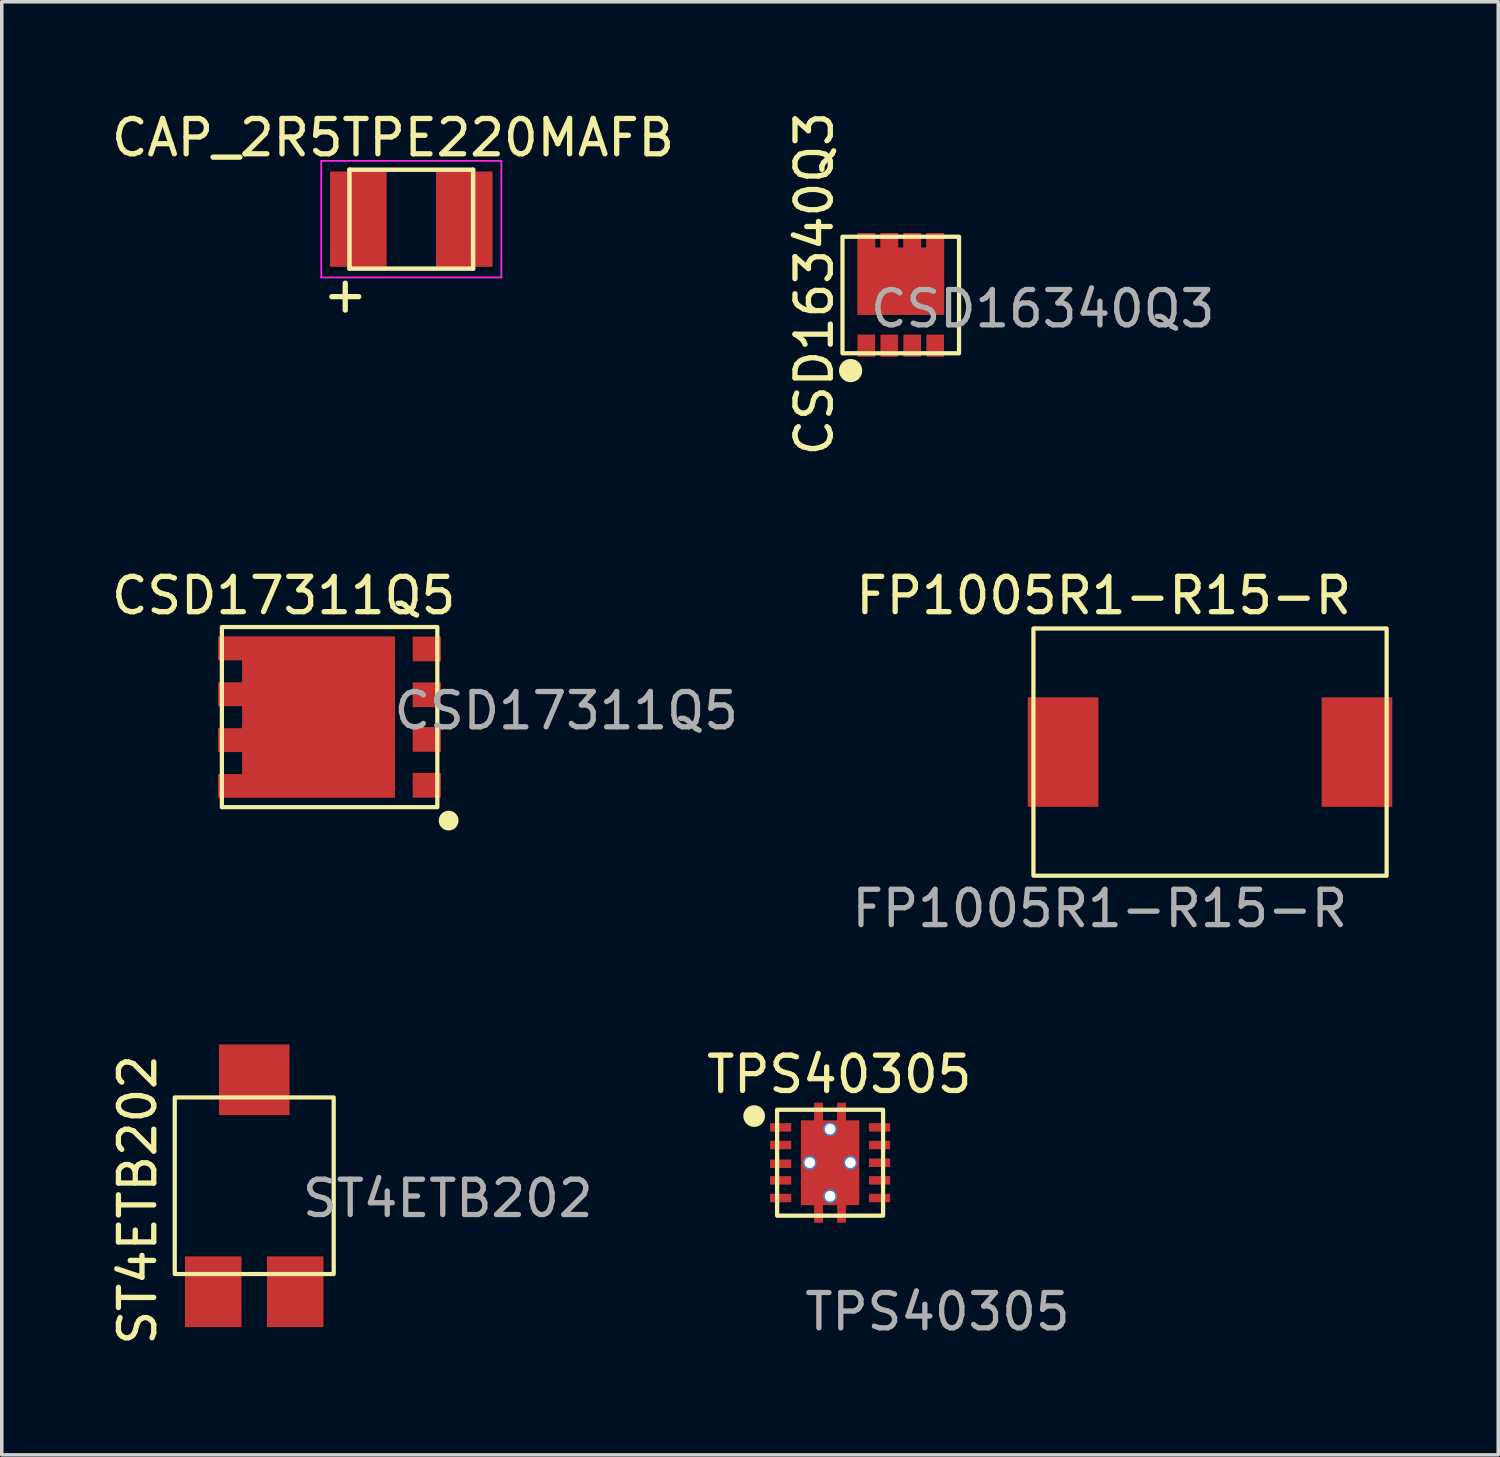
<source format=kicad_pcb>
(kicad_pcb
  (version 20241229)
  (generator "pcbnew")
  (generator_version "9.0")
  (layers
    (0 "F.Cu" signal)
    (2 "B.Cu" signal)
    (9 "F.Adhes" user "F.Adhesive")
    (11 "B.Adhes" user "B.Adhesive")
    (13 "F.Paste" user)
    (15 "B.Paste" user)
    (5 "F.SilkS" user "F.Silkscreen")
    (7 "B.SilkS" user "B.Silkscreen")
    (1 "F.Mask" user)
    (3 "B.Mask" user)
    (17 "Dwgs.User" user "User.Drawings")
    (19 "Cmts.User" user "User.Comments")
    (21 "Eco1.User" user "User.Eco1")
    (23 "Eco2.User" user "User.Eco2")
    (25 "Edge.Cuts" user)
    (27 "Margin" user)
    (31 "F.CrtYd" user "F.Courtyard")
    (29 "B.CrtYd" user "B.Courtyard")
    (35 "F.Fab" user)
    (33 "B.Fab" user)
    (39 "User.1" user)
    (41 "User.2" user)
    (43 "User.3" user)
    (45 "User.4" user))
  (footprint "ST4ETB202"
    (layer "F.Cu")
    (at 4.148 30.521)
    (property "Reference" "ST4ETB202" (at -3.3 0.4 90) (unlocked yes) (layer "F.SilkS") (effects (font (size 1 1) (thickness 0.15))))
    (attr smd)
    (fp_rect (start -2.25 -2.5) (end 2.25 2.5) (stroke (width 0.12) (type solid)) (fill no) (layer "F.SilkS"))
    (fp_text user "${REFERENCE}" (at 5.48 0.36 0) (unlocked yes) (layer "F.Fab") (effects (font (size 1 1) (thickness 0.15))))
    (pad "1" smd rect (at 1.16 3 90) (size 2 1.6) (layers "F.Cu" "F.Mask" "F.Paste"))
    (pad "2" smd rect (at 0 -3) (size 2 2) (layers "F.Cu" "F.Mask" "F.Paste"))
    (pad "3" smd rect (at -1.16 3 90) (size 2 1.6) (layers "F.Cu" "F.Mask" "F.Paste")))
  (footprint "TPS40305"
    (layer "F.Cu")
    (at 20.452 29.869)
    (property "Reference" "TPS40305" (at 0.26 -2.5 0) (unlocked yes) (layer "F.SilkS") (effects (font (size 1 1) (thickness 0.15))))
    (attr smd)
    (fp_rect (start -1.5 -1.5) (end 1.5 1.5) (stroke (width 0.12) (type solid)) (fill no) (layer "F.SilkS"))
    (fp_circle (center -2.15 -1.32) (end -1.903 -1.32) (stroke (width 0.12) (type solid)) (fill yes) (layer "F.SilkS"))
    (fp_poly (pts (xy -0.2 -1.33) (xy -0.45 -1.33) (xy -0.45 -1.7) (xy -0.2 -1.7)) (stroke (width 0.001) (type solid)) (fill yes) (layer "F.Paste"))
    (fp_poly (pts (xy -0.2 1.7) (xy -0.45 1.7) (xy -0.45 1.33) (xy -0.2 1.33)) (stroke (width 0.001) (type solid)) (fill yes) (layer "F.Paste"))
    (fp_poly (pts (xy 0.45 -1.33) (xy 0.2 -1.33) (xy 0.2 -1.7) (xy 0.45 -1.7)) (stroke (width 0.001) (type solid)) (fill yes) (layer "F.Paste"))
    (fp_poly (pts (xy 0.45 1.7) (xy 0.2 1.7) (xy 0.2 1.33) (xy 0.45 1.33)) (stroke (width 0.001) (type solid)) (fill yes) (layer "F.Paste"))
    (fp_poly (pts (xy 0.71 -0.1) (xy -0.74 -0.1) (xy -0.74 -1.11) (xy 0.71 -1.11)) (stroke (width 0.001) (type solid)) (fill yes) (layer "F.Paste"))
    (fp_poly (pts (xy 0.71 1.12) (xy -0.74 1.12) (xy -0.74 0.11) (xy 0.71 0.11)) (stroke (width 0.001) (type solid)) (fill yes) (layer "F.Paste"))
    (fp_text user "${REFERENCE}" (at 3.04 4.22 0) (unlocked yes) (layer "F.Fab") (effects (font (size 1 1) (thickness 0.15))))
    (pad "1" smd roundrect (at -1.4 -1) (size 0.6 0.24) (layers "F.Cu" "F.Mask" "F.Paste") (roundrect_rratio 0.033))
    (pad "2" smd roundrect (at -1.4 -0.5) (size 0.6 0.24) (layers "F.Cu" "F.Mask" "F.Paste") (roundrect_rratio 0.033))
    (pad "3" smd roundrect (at -1.4 0.03) (size 0.6 0.24) (layers "F.Cu" "F.Mask" "F.Paste") (roundrect_rratio 0.033))
    (pad "4" smd roundrect (at -1.4 0.5) (size 0.6 0.24) (layers "F.Cu" "F.Mask" "F.Paste") (roundrect_rratio 0.033))
    (pad "5" smd roundrect (at -1.4 1) (size 0.6 0.24) (layers "F.Cu" "F.Mask" "F.Paste") (roundrect_rratio 0.033))
    (pad "6" smd roundrect (at 1.4 1) (size 0.6 0.24) (layers "F.Cu" "F.Mask" "F.Paste") (roundrect_rratio 0.033))
    (pad "7" smd roundrect (at 1.4 0.5) (size 0.6 0.24) (layers "F.Cu" "F.Mask" "F.Paste") (roundrect_rratio 0.033))
    (pad "8" smd roundrect (at 1.4 0) (size 0.6 0.24) (layers "F.Cu" "F.Mask" "F.Paste") (roundrect_rratio 0.033))
    (pad "9" smd roundrect (at 1.4 -0.5) (size 0.6 0.24) (layers "F.Cu" "F.Mask" "F.Paste") (roundrect_rratio 0.033))
    (pad "10" smd roundrect (at 1.4 -1) (size 0.6 0.24) (layers "F.Cu" "F.Mask" "F.Paste") (roundrect_rratio 0.033))
    (pad "11" thru_hole circle (at -0.575 0) (size 0.4 0.4) (drill 0.3) (layers "*.Cu" "*.Mask"))
    (pad "11" thru_hole circle (at 0 -0.95) (size 0.4 0.4) (drill 0.3) (layers "*.Cu" "*.Mask"))
    (pad "11" smd custom (at 0 0) (size 0.6 0.24) (layers "F.Cu" "F.Mask") (options (anchor rect)) (primitives (gr_poly (pts (xy -0.825 0) (xy -0.825 -1.2) (xy -0.45 -1.2) (xy -0.45 -1.7) (xy -0.2 -1.7) (xy -0.2 -1.2) (xy 0.2 -1.2) (xy 0.2 -1.7) (xy 0.45 -1.7) (xy 0.45 -1.2) (xy 0.825 -1.2) (xy 0.825 1.2) (xy 0.45 1.2) (xy 0.45 1.7) (xy 0.2 1.7) (xy 0.2 1.2) (xy -0.2 1.2) (xy -0.2 1.7) (xy -0.45 1.7) (xy -0.45 1.2) (xy -0.825 1.2)) (width 0.001) (fill yes))))
    (pad "11" thru_hole circle (at 0 0.95) (size 0.4 0.4) (drill 0.3) (layers "*.Cu" "*.Mask"))
    (pad "11" thru_hole circle (at 0.575 0) (size 0.4 0.4) (drill 0.3) (layers "*.Cu" "*.Mask")))
  (footprint "FP1005R1-R15-R"
    (layer "F.Cu")
    (at 31.209 18.243)
    (property "Reference" "FP1005R1-R15-R" (at -3.01 -4.43 0) (unlocked yes) (layer "F.SilkS") (effects (font (size 1 1) (thickness 0.15))))
    (attr smd)
    (fp_rect (start -5 -3.5) (end 5 3.5) (stroke (width 0.12) (type solid)) (fill no) (layer "F.SilkS"))
    (fp_text user "${REFERENCE}" (at -3.12 4.43 0) (unlocked yes) (layer "F.Fab") (effects (font (size 1 1) (thickness 0.15))))
    (pad "1" smd rect (at -4.16 0) (size 2 3.1) (layers "F.Cu" "F.Mask" "F.Paste"))
    (pad "2" smd rect (at 4.16 0) (size 2 3.1) (layers "F.Cu" "F.Mask" "F.Paste")))
  (footprint "CAP_2R5TPE220MAFB"
    (layer "F.Cu")
    (at 8.595 3.155)
    (property "Reference" "CAP_2R5TPE220MAFB" (at -0.518 -2.306 0) (layer "F.SilkS") (effects (font (size 1 1) (thickness 0.15))))
    (attr through_hole)
    (fp_line (start -1.75 -1.4) (end -1.75 1.4) (stroke (width 0.127) (type solid)) (layer "F.SilkS"))
    (fp_line (start -1.75 -1.4) (end 1.75 -1.4) (stroke (width 0.127) (type solid)) (layer "F.SilkS"))
    (fp_line (start -1.75 1.4) (end 1.75 1.4) (stroke (width 0.127) (type solid)) (layer "F.SilkS"))
    (fp_line (start 1.75 -1.4) (end 1.75 1.4) (stroke (width 0.127) (type solid)) (layer "F.SilkS"))
    (fp_line (start -2.55 -1.65) (end -2.55 1.65) (stroke (width 0.05) (type solid)) (layer "F.CrtYd"))
    (fp_line (start -2.55 1.65) (end 2.55 1.65) (stroke (width 0.05) (type solid)) (layer "F.CrtYd"))
    (fp_line (start 2.55 -1.65) (end -2.55 -1.65) (stroke (width 0.05) (type solid)) (layer "F.CrtYd"))
    (fp_line (start 2.55 1.65) (end 2.55 -1.65) (stroke (width 0.05) (type solid)) (layer "F.CrtYd"))
    (fp_text user "+" (at -1.87 2.12 0) (unlocked yes) (layer "F.SilkS") (effects (font (size 1 1) (thickness 0.15))))
    (pad "1" smd rect (at -1.5 0) (size 1.6 2.7) (layers "F.Cu" "F.Mask" "F.Paste"))
    (pad "2" smd rect (at 1.5 0) (size 1.6 2.7) (layers "F.Cu" "F.Mask" "F.Paste")))
  (footprint "CSD17311Q5"
    (layer "F.Cu")
    (at 6.282 17.253)
    (property "Reference" "CSD17311Q5" (at -1.3 -3.44 0) (unlocked yes) (layer "F.SilkS") (effects (font (size 1 1) (thickness 0.15))))
    (attr smd)
    (fp_rect (start -3.05 -2.55) (end 3.05 2.55) (stroke (width 0.12) (type solid)) (fill no) (layer "F.SilkS"))
    (fp_circle (center 3.37 2.93) (end 3.59 2.92) (stroke (width 0.12) (type solid)) (fill yes) (layer "F.SilkS"))
    (fp_poly (pts (xy -2.53 -0.38) (xy -3.09 -0.38) (xy -3.09 -0.91) (xy -2.52 -0.91)) (stroke (width 0.01) (type solid)) (fill yes) (layer "F.Paste"))
    (fp_poly (pts (xy -2.53 0.92) (xy -3.09 0.92) (xy -3.09 0.39) (xy -2.52 0.39)) (stroke (width 0.01) (type solid)) (fill yes) (layer "F.Paste"))
    (fp_poly (pts (xy -2.51 -1.67) (xy -3.07 -1.67) (xy -3.07 -2.2) (xy -2.5 -2.2)) (stroke (width 0.01) (type solid)) (fill yes) (layer "F.Paste"))
    (fp_poly (pts (xy -2.51 2.22) (xy -3.07 2.22) (xy -3.07 1.69) (xy -2.5 1.69)) (stroke (width 0.01) (type solid)) (fill yes) (layer "F.Paste"))
    (fp_poly (pts (xy 1.68 2.08) (xy -2.3 2.08) (xy -2.3 0.16) (xy 1.68 0.16)) (stroke (width 0.01) (type solid)) (fill yes) (layer "F.Paste"))
    (fp_poly (pts (xy 1.69 -0.2) (xy -2.29 -0.2) (xy -2.29 -2.12) (xy 1.69 -2.12)) (stroke (width 0.01) (type solid)) (fill yes) (layer "F.Paste"))
    (fp_text user "${REFERENCE}" (at 6.7 -0.18 0) (unlocked yes) (layer "F.Fab") (effects (font (size 1 1) (thickness 0.15))))
    (pad "1" smd rect (at 2.752 1.93 90) (size 0.7 0.8) (layers "F.Cu" "F.Mask" "F.Paste"))
    (pad "2" smd rect (at 2.752 0.632 90) (size 0.7 0.8) (layers "F.Cu" "F.Mask" "F.Paste"))
    (pad "3" smd rect (at 2.752 -0.632 270) (size 0.7 0.8) (layers "F.Cu" "F.Mask" "F.Paste"))
    (pad "4" smd rect (at 2.752 -1.93 90) (size 0.7 0.8) (layers "F.Cu" "F.Mask" "F.Paste"))
    (pad "5" smd custom (at 1.847 -2.28) (size 0.01 0.01) (layers "F.Cu" "F.Mask") (options (anchor rect)) (primitives (gr_poly (pts (xy 0 0) (xy 0 4.56) (xy -5 4.56) (xy -5 3.898) (xy -4.32 3.898) (xy -4.32 3.265) (xy -5 3.265) (xy -5 2.6) (xy -4.32 2.6) (xy -4.32 1.966) (xy -5 1.966) (xy -5 1.301) (xy -4.32 1.301) (xy -4.32 0.668) (xy -5 0.668) (xy -5 0)) (width 0.01) (fill yes)))))
  (footprint "CSD16340Q3"
    (layer "F.Cu")
    (at 22.453 5.302)
    (property "Reference" "CSD16340Q3" (at -2.45 -0.32 90) (unlocked yes) (layer "F.SilkS") (effects (font (size 1 1) (thickness 0.15))))
    (attr smd)
    (fp_rect (start -1.65 -1.65) (end 1.65 1.65) (stroke (width 0.12) (type solid)) (fill no) (layer "F.SilkS"))
    (fp_circle (center -1.42 2.14) (end -1.151 2.14) (stroke (width 0.12) (type solid)) (fill yes) (layer "F.SilkS"))
    (fp_poly (pts (xy -0.81 -1.24) (xy -1.15 -1.24) (xy -1.15 -1.68) (xy -0.81 -1.68)) (stroke (width 0.001) (type solid)) (fill yes) (layer "F.Paste"))
    (fp_poly (pts (xy -0.16 -1.23) (xy -0.5 -1.23) (xy -0.5 -1.67) (xy -0.16 -1.67)) (stroke (width 0.001) (type solid)) (fill yes) (layer "F.Paste"))
    (fp_poly (pts (xy -0.1 0.38) (xy -1.11 0.38) (xy -1.11 -1.06) (xy -0.1 -1.06)) (stroke (width 0.001) (type solid)) (fill yes) (layer "F.Paste"))
    (fp_poly (pts (xy 0.5 -1.23) (xy 0.16 -1.23) (xy 0.16 -1.67) (xy 0.5 -1.67)) (stroke (width 0.001) (type solid)) (fill yes) (layer "F.Paste"))
    (fp_poly (pts (xy 1.12 0.37) (xy 0.11 0.37) (xy 0.11 -1.07) (xy 1.12 -1.07)) (stroke (width 0.001) (type solid)) (fill yes) (layer "F.Paste"))
    (fp_poly (pts (xy 1.15 -1.23) (xy 0.81 -1.23) (xy 0.81 -1.67) (xy 1.15 -1.67)) (stroke (width 0.001) (type solid)) (fill yes) (layer "F.Paste"))
    (fp_text user "${REFERENCE}" (at 4.02 0.39 0) (unlocked yes) (layer "F.Fab") (effects (font (size 1 1) (thickness 0.15))))
    (pad "1" smd rect (at -0.975 1.435 90) (size 0.63 0.5) (layers "F.Cu" "F.Mask" "F.Paste"))
    (pad "2" smd rect (at -0.325 1.435 90) (size 0.63 0.5) (layers "F.Cu" "F.Mask" "F.Paste"))
    (pad "3" smd rect (at 0.325 1.435 90) (size 0.63 0.5) (layers "F.Cu" "F.Mask" "F.Paste"))
    (pad "4" smd rect (at 0.975 1.435 90) (size 0.63 0.5) (layers "F.Cu" "F.Mask" "F.Paste"))
    (pad "5" smd custom (at -1.225 0.56) (size 0.01 0.01) (layers "F.Cu" "F.Mask") (options (anchor rect)) (primitives (gr_poly (pts (xy 0 0) (xy 0 -2.31) (xy 0.5 -2.31) (xy 0.5 -1.9) (xy 0.65 -1.9) (xy 0.65 -2.31) (xy 1.15 -2.31) (xy 1.15 -1.9) (xy 1.3 -1.9) (xy 1.3 -2.31) (xy 1.8 -2.31) (xy 1.8 -1.9) (xy 1.95 -1.9) (xy 1.95 -2.31) (xy 2.45 -2.31) (xy 2.45 0)) (width 0.01) (fill yes)))))
  (gr_rect
    (start -3 -3)
    (end 39.369 38.141)
    (stroke (width 0.1) (type default))
    (fill no)
    (layer "Edge.Cuts")))
</source>
